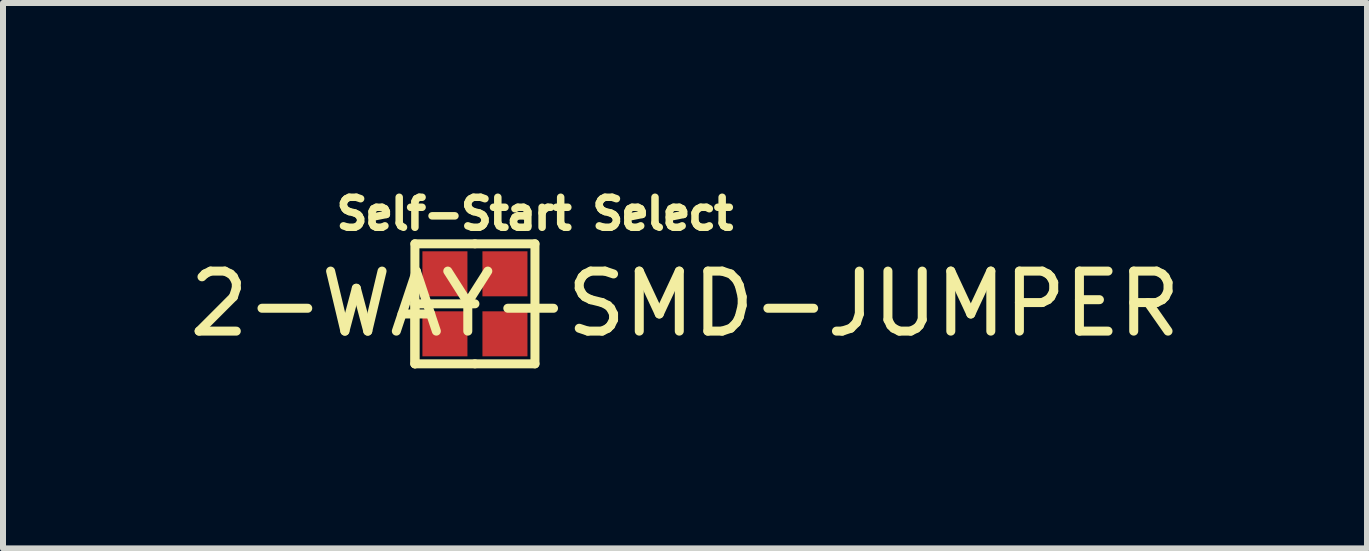
<source format=kicad_pcb>
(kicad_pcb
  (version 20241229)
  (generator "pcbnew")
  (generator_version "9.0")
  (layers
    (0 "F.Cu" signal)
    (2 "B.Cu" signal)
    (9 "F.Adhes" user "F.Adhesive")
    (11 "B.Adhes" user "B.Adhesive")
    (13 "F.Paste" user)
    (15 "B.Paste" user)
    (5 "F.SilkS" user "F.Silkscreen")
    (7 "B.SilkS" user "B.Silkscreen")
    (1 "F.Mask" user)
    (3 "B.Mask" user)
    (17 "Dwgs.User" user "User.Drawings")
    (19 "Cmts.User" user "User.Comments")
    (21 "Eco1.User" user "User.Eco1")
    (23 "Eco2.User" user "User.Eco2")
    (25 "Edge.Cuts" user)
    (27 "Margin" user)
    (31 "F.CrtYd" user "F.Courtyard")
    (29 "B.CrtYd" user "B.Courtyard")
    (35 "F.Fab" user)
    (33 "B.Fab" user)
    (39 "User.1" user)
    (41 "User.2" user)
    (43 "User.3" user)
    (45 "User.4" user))
  (footprint "2-WAY-SMD-JUMPER"
    (layer "F.Cu")
    (at 4.863 2.012)
    (property "Reference" "2-WAY-SMD-JUMPER" (at 3.5 0 0) (layer "F.SilkS") (effects (font (size 1 1) (thickness 0.15))))
    (attr through_hole)
    (fp_line (start -1 -1) (end 0 -1) (stroke (width 0.15) (type solid)) (layer "F.SilkS"))
    (fp_line (start -1 0) (end -1 -1) (stroke (width 0.15) (type solid)) (layer "F.SilkS"))
    (fp_line (start -1 0) (end -1 1) (stroke (width 0.15) (type solid)) (layer "F.SilkS"))
    (fp_line (start -1 1) (end -1 0) (stroke (width 0.15) (type solid)) (layer "F.SilkS"))
    (fp_line (start -1 1) (end 0 1) (stroke (width 0.15) (type solid)) (layer "F.SilkS"))
    (fp_line (start 0 -1) (end 1 -1) (stroke (width 0.15) (type solid)) (layer "F.SilkS"))
    (fp_line (start 0 0) (end -1 0) (stroke (width 0.15) (type solid)) (layer "F.SilkS"))
    (fp_line (start 1 -1) (end 1 1) (stroke (width 0.15) (type solid)) (layer "F.SilkS"))
    (fp_line (start 1 1) (end 0 1) (stroke (width 0.15) (type solid)) (layer "F.SilkS"))
    (fp_text user "Self-Start Select" (at 1 -1.5 0) (layer "F.SilkS") (effects (font (size 0.5 0.5) (thickness 0.125))))
    (pad "1" smd rect (at -0.5 -0.5) (size 0.75 0.75) (layers "F.Cu" "F.Mask"))
    (pad "7" smd rect (at 0.5 -0.5) (size 0.75 0.75) (layers "F.Cu" "F.Mask"))
    (pad "8" smd rect (at 0.5 0.5) (size 0.75 0.75) (layers "F.Cu" "F.Mask"))
    (pad "9" smd rect (at -0.5 0.5) (size 0.75 0.75) (layers "F.Cu" "F.Mask")))
  (gr_rect
    (start -3 -3)
    (end 19.726 6.087)
    (stroke (width 0.1) (type default))
    (fill no)
    (layer "Edge.Cuts")))
</source>
